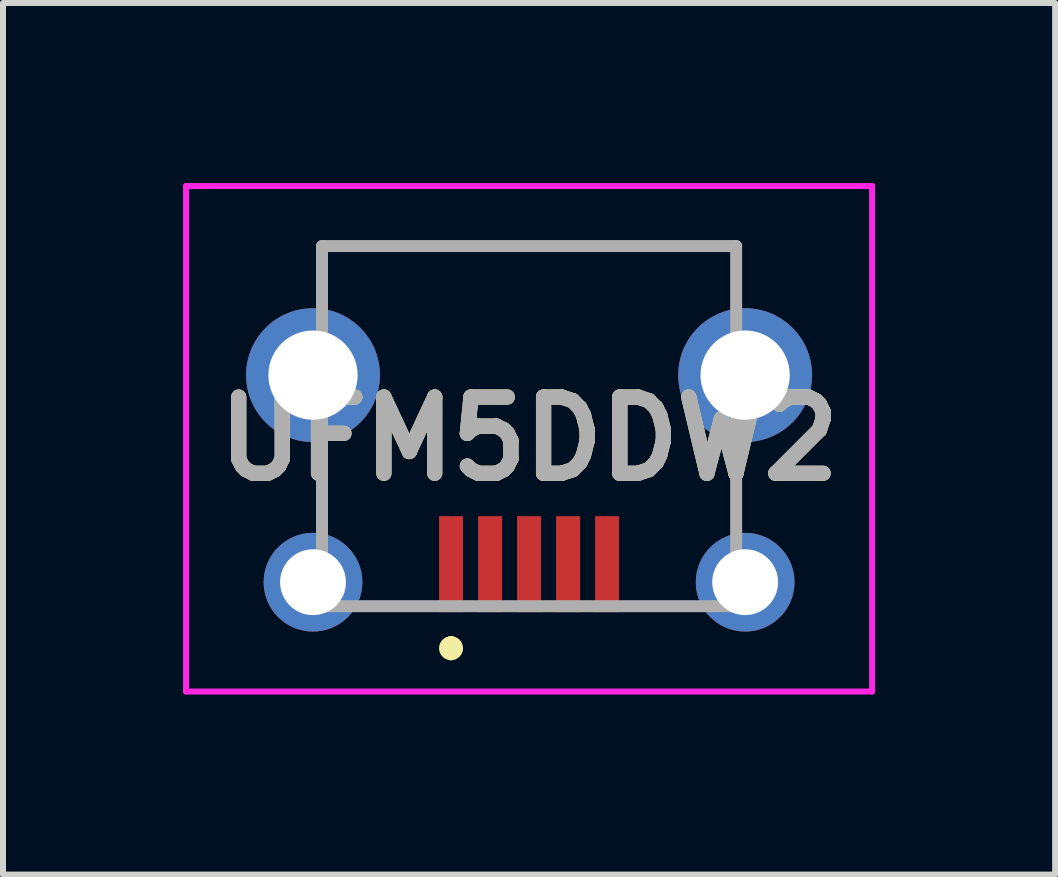
<source format=kicad_pcb>
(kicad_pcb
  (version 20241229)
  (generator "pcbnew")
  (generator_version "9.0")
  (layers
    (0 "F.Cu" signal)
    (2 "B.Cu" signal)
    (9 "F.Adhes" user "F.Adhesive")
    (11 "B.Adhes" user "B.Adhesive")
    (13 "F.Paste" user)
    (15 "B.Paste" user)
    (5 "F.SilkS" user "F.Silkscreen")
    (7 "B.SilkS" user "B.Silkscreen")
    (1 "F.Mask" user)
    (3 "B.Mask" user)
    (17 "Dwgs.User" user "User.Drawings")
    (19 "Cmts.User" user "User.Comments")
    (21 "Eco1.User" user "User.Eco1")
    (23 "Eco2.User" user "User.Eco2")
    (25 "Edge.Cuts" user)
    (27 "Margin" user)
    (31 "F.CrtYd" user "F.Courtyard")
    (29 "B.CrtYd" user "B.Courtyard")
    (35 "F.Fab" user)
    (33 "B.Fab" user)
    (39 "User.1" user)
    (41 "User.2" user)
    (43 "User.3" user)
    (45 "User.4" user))
  (footprint "UFM5DDW2"
    (layer "F.Cu")
    (at 5.765 4.05)
    (property "Reference" "UFM5DDW2" (at 0 0.211 0) (layer "F.SilkS") (effects (font (size 1.27 1.27) (thickness 0.254))))
    (attr through_hole)
    (fp_line (start -3.45 -3) (end 3.45 -3) (stroke (width 0.1) (type solid)) (layer "F.SilkS"))
    (fp_line (start -3.45 -2.35) (end -3.45 -3) (stroke (width 0.1) (type solid)) (layer "F.SilkS"))
    (fp_line (start -3.45 1.55) (end -3.45 0.9) (stroke (width 0.1) (type solid)) (layer "F.SilkS"))
    (fp_line (start -2.6 3) (end -1.95 3) (stroke (width 0.1) (type solid)) (layer "F.SilkS"))
    (fp_line (start -1.3 3.6) (end -1.3 3.6) (stroke (width 0.2) (type solid)) (layer "F.SilkS"))
    (fp_line (start -1.3 3.8) (end -1.3 3.8) (stroke (width 0.2) (type solid)) (layer "F.SilkS"))
    (fp_line (start 1.95 3) (end 2.6 3) (stroke (width 0.1) (type solid)) (layer "F.SilkS"))
    (fp_line (start 3.45 -3) (end 3.45 -2.35) (stroke (width 0.1) (type solid)) (layer "F.SilkS"))
    (fp_line (start 3.45 1.55) (end 3.45 0.9) (stroke (width 0.1) (type solid)) (layer "F.SilkS"))
    (fp_arc (start -1.3 3.6) (mid -1.2 3.7) (end -1.3 3.8) (stroke (width 0.2) (type solid)) (layer "F.SilkS"))
    (fp_arc (start -1.3 3.8) (mid -1.4 3.7) (end -1.3 3.6) (stroke (width 0.2) (type solid)) (layer "F.SilkS"))
    (fp_line (start -5.715 -4) (end 5.715 -4) (stroke (width 0.1) (type solid)) (layer "F.CrtYd"))
    (fp_line (start -5.715 4.422) (end -5.715 -4) (stroke (width 0.1) (type solid)) (layer "F.CrtYd"))
    (fp_line (start 5.715 -4) (end 5.715 4.422) (stroke (width 0.1) (type solid)) (layer "F.CrtYd"))
    (fp_line (start 5.715 4.422) (end -5.715 4.422) (stroke (width 0.1) (type solid)) (layer "F.CrtYd"))
    (fp_line (start -3.45 -3) (end 3.45 -3) (stroke (width 0.2) (type solid)) (layer "F.Fab"))
    (fp_line (start -3.45 3) (end -3.45 -3) (stroke (width 0.2) (type solid)) (layer "F.Fab"))
    (fp_line (start 3.45 -3) (end 3.45 3) (stroke (width 0.2) (type solid)) (layer "F.Fab"))
    (fp_line (start 3.45 3) (end -3.45 3) (stroke (width 0.2) (type solid)) (layer "F.Fab"))
    (fp_text user "${REFERENCE}" (at 0 0.211 0) (layer "F.Fab") (effects (font (size 1.27 1.27) (thickness 0.254))))
    (pad "" np_thru_hole circle (at -2 1.3) (size 0.001 0.001) (drill 0.5) (layers "*.Cu" "*.Mask"))
    (pad "" np_thru_hole circle (at 2 1.3) (size 0.001 0.001) (drill 0.5) (layers "*.Cu" "*.Mask"))
    (pad "1" smd rect (at -1.3 2.3) (size 0.4 1.6) (layers "F.Cu" "F.Mask" "F.Paste"))
    (pad "2" smd rect (at -0.65 2.3) (size 0.4 1.6) (layers "F.Cu" "F.Mask" "F.Paste"))
    (pad "3" smd rect (at 0 2.3) (size 0.4 1.6) (layers "F.Cu" "F.Mask" "F.Paste"))
    (pad "4" smd rect (at 0.65 2.3) (size 0.4 1.6) (layers "F.Cu" "F.Mask" "F.Paste"))
    (pad "5" smd rect (at 1.3 2.3) (size 0.4 1.6) (layers "F.Cu" "F.Mask" "F.Paste"))
    (pad "MH1" thru_hole circle (at -3.6 -0.85) (size 2.23 2.23) (drill 1.487) (layers "*.Cu" "*.Mask"))
    (pad "MH2" thru_hole circle (at 3.6 -0.85) (size 2.23 2.23) (drill 1.487) (layers "*.Cu" "*.Mask"))
    (pad "MH3" thru_hole circle (at -3.6 2.6) (size 1.645 1.645) (drill 1.097) (layers "*.Cu" "*.Mask"))
    (pad "MH4" thru_hole circle (at 3.6 2.6) (size 1.645 1.645) (drill 1.097) (layers "*.Cu" "*.Mask")))
  (gr_rect
    (start -3 -3)
    (end 14.53 11.522)
    (stroke (width 0.1) (type default))
    (fill no)
    (layer "Edge.Cuts")))
</source>
